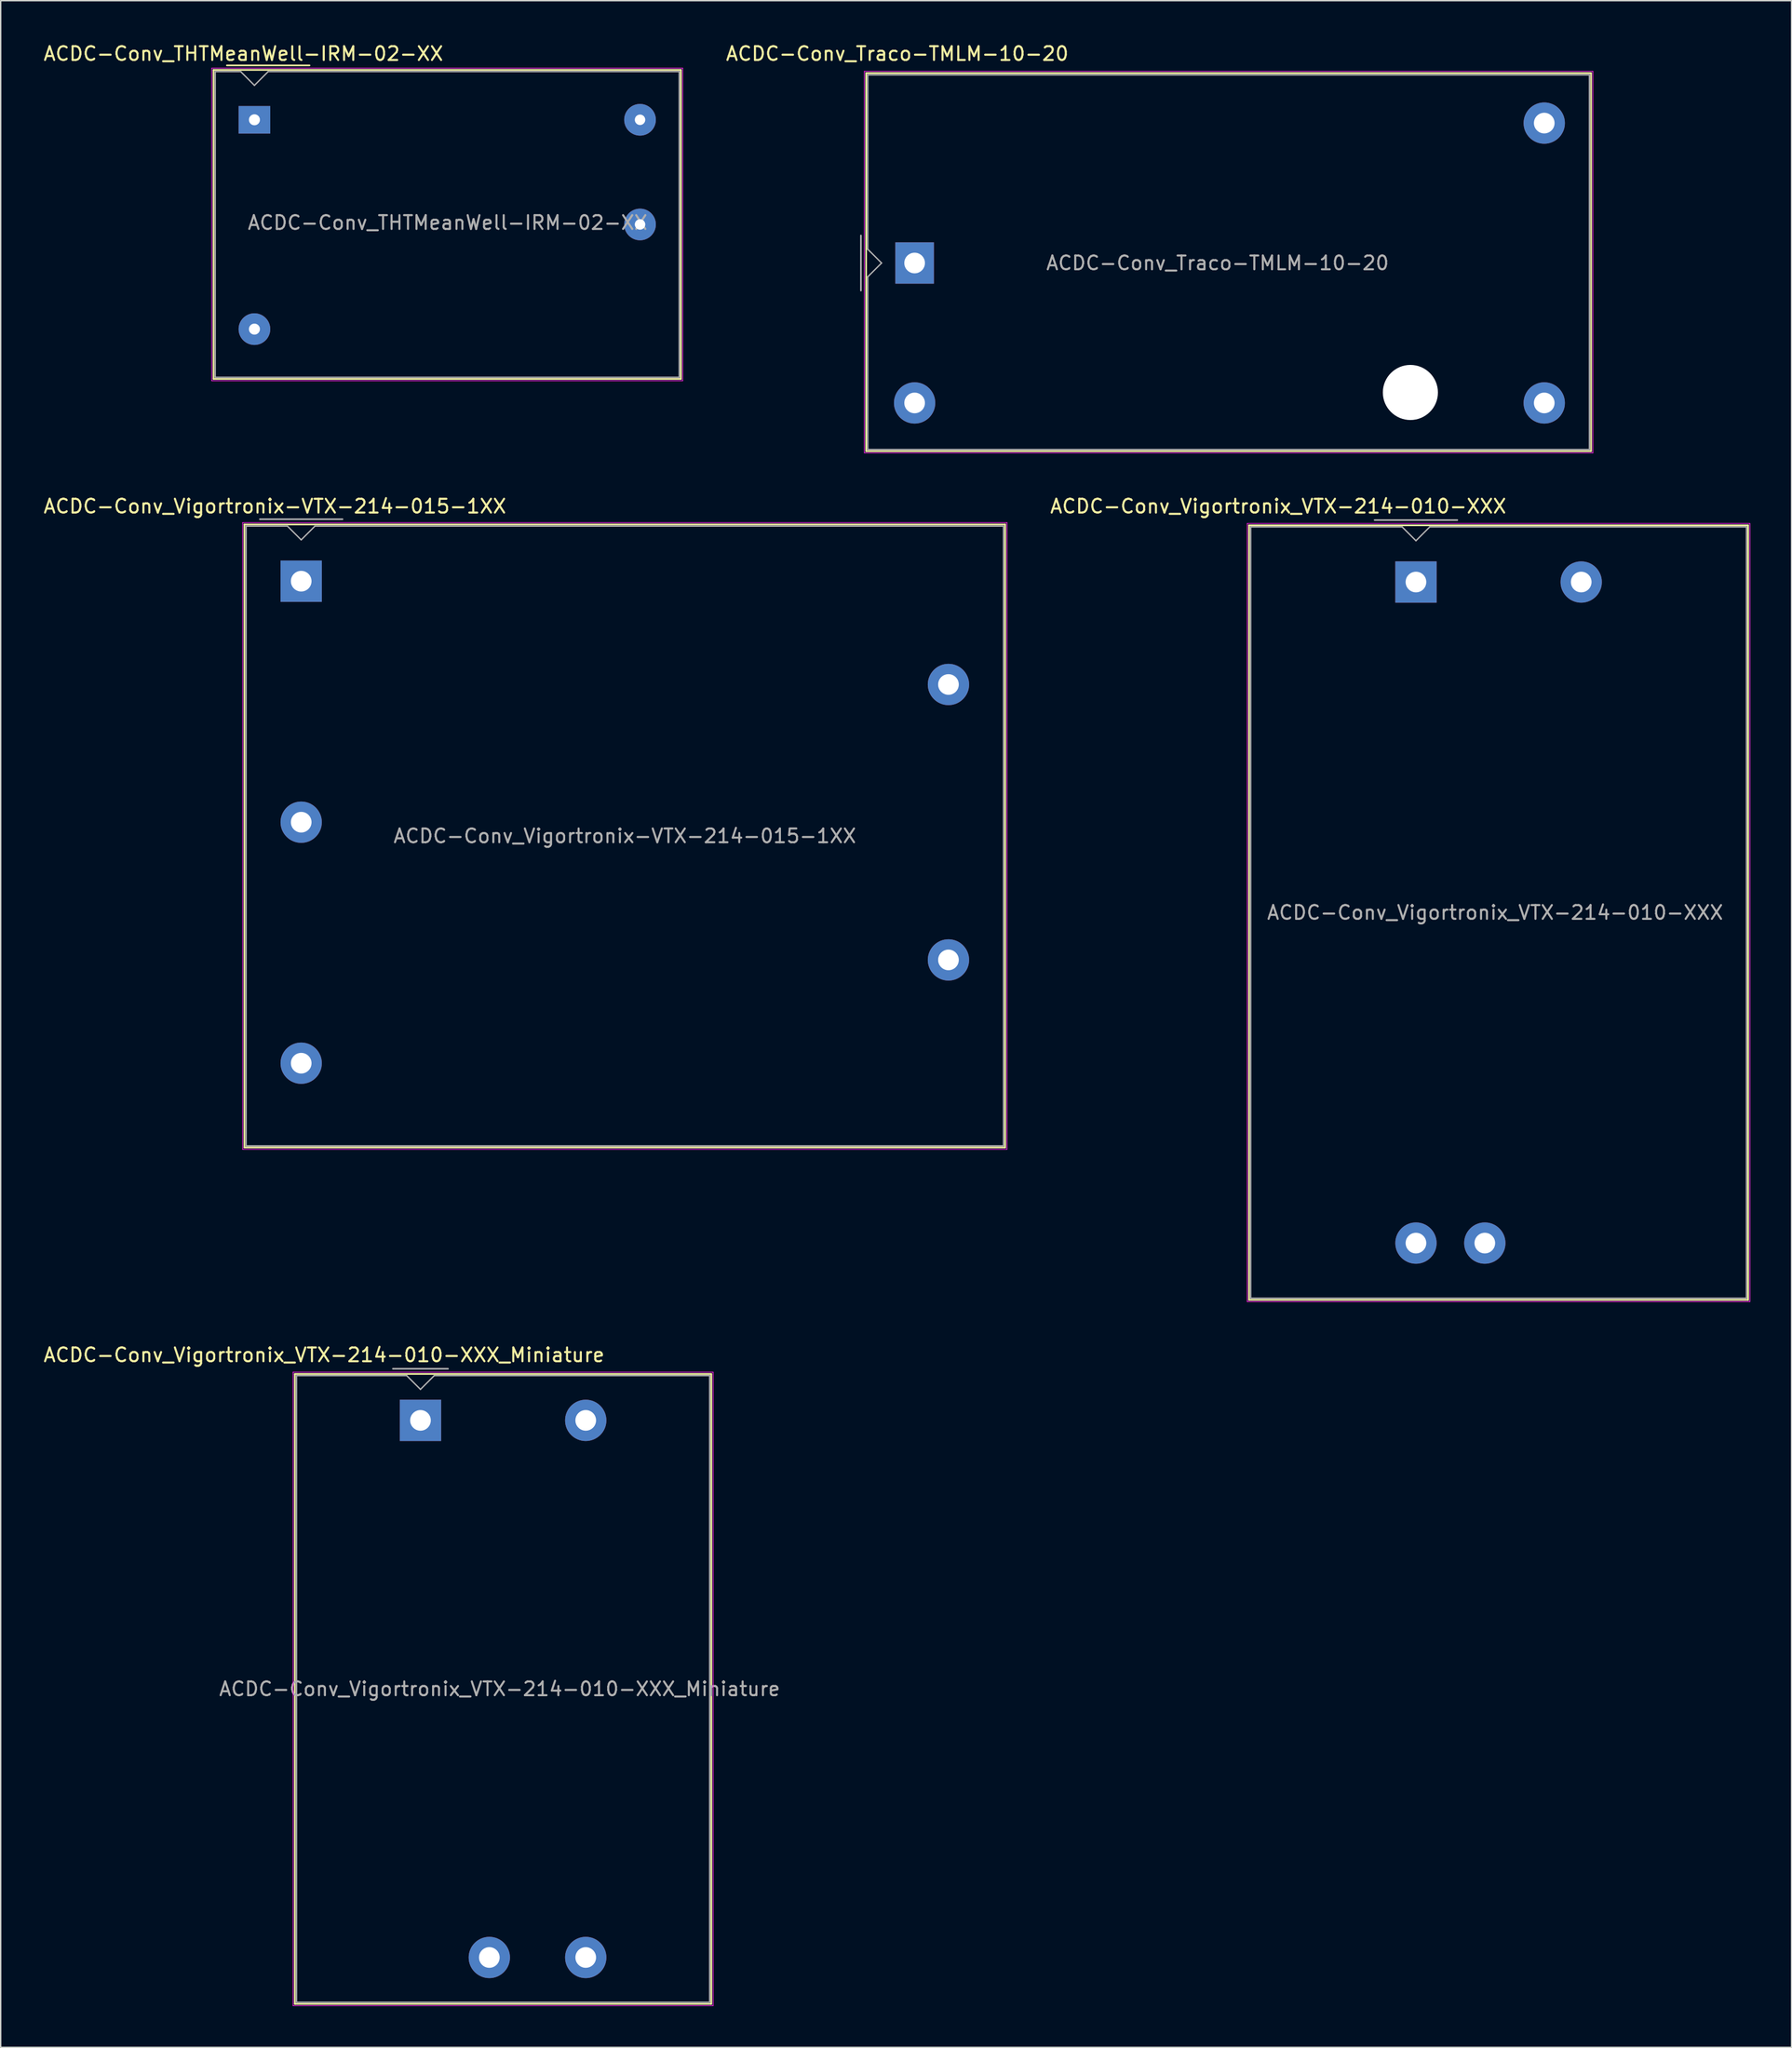
<source format=kicad_pcb>
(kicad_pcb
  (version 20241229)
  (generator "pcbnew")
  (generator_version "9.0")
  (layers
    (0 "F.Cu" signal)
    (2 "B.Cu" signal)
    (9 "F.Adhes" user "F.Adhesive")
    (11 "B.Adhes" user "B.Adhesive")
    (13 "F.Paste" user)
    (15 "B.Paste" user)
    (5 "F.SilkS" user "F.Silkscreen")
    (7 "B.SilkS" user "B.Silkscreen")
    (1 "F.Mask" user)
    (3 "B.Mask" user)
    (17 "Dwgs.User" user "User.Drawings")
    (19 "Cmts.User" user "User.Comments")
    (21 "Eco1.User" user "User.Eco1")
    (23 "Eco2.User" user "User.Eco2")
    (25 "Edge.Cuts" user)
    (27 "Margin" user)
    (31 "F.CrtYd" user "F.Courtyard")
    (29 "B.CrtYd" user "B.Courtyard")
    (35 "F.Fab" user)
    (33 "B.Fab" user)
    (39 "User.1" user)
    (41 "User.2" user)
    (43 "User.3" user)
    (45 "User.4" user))
  (footprint "ACDC-Conv_Traco-TMLM-10-20"
    (layer "F.Cu")
    (at 63.364 16.048)
    (property "Reference" "ACDC-Conv_Traco-TMLM-10-20" (at -1.26 -15.2 0) (layer "F.SilkS") (effects (font (size 1 1) (thickness 0.15))))
    (attr through_hole)
    (fp_line (start -3.52 -13.79) (end 49.12 -13.79) (stroke (width 0.12) (type solid)) (layer "F.SilkS"))
    (fp_line (start -3.52 13.66) (end -3.52 -13.79) (stroke (width 0.12) (type solid)) (layer "F.SilkS"))
    (fp_line (start 49.12 -13.79) (end 49.12 13.66) (stroke (width 0.12) (type solid)) (layer "F.SilkS"))
    (fp_line (start 49.12 13.66) (end -3.52 13.66) (stroke (width 0.12) (type solid)) (layer "F.SilkS"))
    (fp_line (start -3.65 -13.92) (end -3.65 13.79) (stroke (width 0.05) (type solid)) (layer "F.CrtYd"))
    (fp_line (start -3.65 -13.92) (end 49.25 -13.92) (stroke (width 0.05) (type solid)) (layer "F.CrtYd"))
    (fp_line (start -3.65 13.79) (end 49.25 13.79) (stroke (width 0.05) (type solid)) (layer "F.CrtYd"))
    (fp_line (start 49.25 -13.92) (end 49.25 13.79) (stroke (width 0.05) (type solid)) (layer "F.CrtYd"))
    (fp_line (start -3.9 -2) (end -3.9 2) (stroke (width 0.12) (type solid)) (layer "F.Fab"))
    (fp_line (start -3.4 -13.66) (end 49 -13.66) (stroke (width 0.1) (type solid)) (layer "F.Fab"))
    (fp_line (start -3.4 -1) (end -3.4 -13.66) (stroke (width 0.1) (type solid)) (layer "F.Fab"))
    (fp_line (start -3.4 13.54) (end -3.4 1) (stroke (width 0.1) (type solid)) (layer "F.Fab"))
    (fp_line (start -2.4 0) (end -3.4 -1) (stroke (width 0.1) (type solid)) (layer "F.Fab"))
    (fp_line (start -2.4 0) (end -3.4 1) (stroke (width 0.1) (type solid)) (layer "F.Fab"))
    (fp_line (start 49 -13.66) (end 49 13.54) (stroke (width 0.1) (type solid)) (layer "F.Fab"))
    (fp_line (start 49 13.54) (end -3.4 13.54) (stroke (width 0.1) (type solid)) (layer "F.Fab"))
    (fp_text user "${REFERENCE}" (at 22 0 0) (layer "F.Fab") (effects (font (size 1 1) (thickness 0.15))))
    (pad "" np_thru_hole circle (at 36 9.4) (size 4 4) (drill 4) (layers "*.Cu" "*.Mask"))
    (pad "1" thru_hole rect (at 0 0) (size 2.8 3) (drill 1.5) (layers "*.Cu" "*.Mask"))
    (pad "2" thru_hole circle (at 0 10.16) (size 3 3) (drill 1.5) (layers "*.Cu" "*.Mask"))
    (pad "3" thru_hole circle (at 45.72 10.16) (size 3 3) (drill 1.5) (layers "*.Cu" "*.Mask"))
    (pad "4" thru_hole circle (at 45.72 -10.16) (size 3 3) (drill 1.5) (layers "*.Cu" "*.Mask")))
  (footprint "ACDC-Conv_Vigortronix-VTX-214-015-1XX"
    (layer "F.Cu")
    (at 18.821 39.151)
    (property "Reference" "ACDC-Conv_Vigortronix-VTX-214-015-1XX" (at -1.91 -5.44 0) (layer "F.SilkS") (effects (font (size 1 1) (thickness 0.15))))
    (attr through_hole)
    (fp_line (start -4.12 -4.12) (end 51.12 -4.12) (stroke (width 0.12) (type solid)) (layer "F.SilkS"))
    (fp_line (start -4.12 41.12) (end -4.12 -4.12) (stroke (width 0.12) (type solid)) (layer "F.SilkS"))
    (fp_line (start 51.12 -4.12) (end 51.12 41.12) (stroke (width 0.12) (type solid)) (layer "F.SilkS"))
    (fp_line (start 51.12 41.12) (end -4.12 41.12) (stroke (width 0.12) (type solid)) (layer "F.SilkS"))
    (fp_line (start -4.25 -4.25) (end 51.25 -4.25) (stroke (width 0.05) (type solid)) (layer "F.CrtYd"))
    (fp_line (start -4.25 41.25) (end -4.25 -4.25) (stroke (width 0.05) (type solid)) (layer "F.CrtYd"))
    (fp_line (start 51.25 -4.25) (end 51.25 41.25) (stroke (width 0.05) (type solid)) (layer "F.CrtYd"))
    (fp_line (start 51.25 41.25) (end -4.25 41.25) (stroke (width 0.05) (type solid)) (layer "F.CrtYd"))
    (fp_line (start -4 -4) (end -1 -4) (stroke (width 0.1) (type solid)) (layer "F.Fab"))
    (fp_line (start -4 41) (end -4 -4) (stroke (width 0.1) (type solid)) (layer "F.Fab"))
    (fp_line (start -3 -4.5) (end 3 -4.5) (stroke (width 0.12) (type solid)) (layer "F.Fab"))
    (fp_line (start -1 -4) (end 0 -3) (stroke (width 0.1) (type solid)) (layer "F.Fab"))
    (fp_line (start 0 -3) (end 1 -4) (stroke (width 0.1) (type solid)) (layer "F.Fab"))
    (fp_line (start 1 -4) (end 51 -4) (stroke (width 0.1) (type solid)) (layer "F.Fab"))
    (fp_line (start 51 -4) (end 51 41) (stroke (width 0.1) (type solid)) (layer "F.Fab"))
    (fp_line (start 51 41) (end -4 41) (stroke (width 0.1) (type solid)) (layer "F.Fab"))
    (fp_text user "${REFERENCE}" (at 23.5 18.5 0) (layer "F.Fab") (effects (font (size 1 1) (thickness 0.15))))
    (pad "1" thru_hole rect (at 0 0) (size 3 3) (drill 1.5) (layers "*.Cu" "*.Mask"))
    (pad "2" thru_hole circle (at 0 17.5) (size 3 3) (drill 1.5) (layers "*.Cu" "*.Mask"))
    (pad "3" thru_hole circle (at 0 35) (size 3 3) (drill 1.5) (layers "*.Cu" "*.Mask"))
    (pad "4" thru_hole circle (at 47 27.5) (size 3 3) (drill 1.5) (layers "*.Cu" "*.Mask"))
    (pad "5" thru_hole circle (at 47 7.5) (size 3 3) (drill 1.5) (layers "*.Cu" "*.Mask")))
  (footprint "ACDC-Conv_Vigortronix_VTX-214-010-XXX_Miniature"
    (layer "F.Cu")
    (at 27.482 100.085)
    (property "Reference" "ACDC-Conv_Vigortronix_VTX-214-010-XXX_Miniature" (at -7 -4.75 0) (layer "F.SilkS") (effects (font (size 1 1) (thickness 0.15))))
    (attr through_hole)
    (fp_line (start -9.12 -3.37) (end 21.12 -3.37) (stroke (width 0.12) (type solid)) (layer "F.SilkS"))
    (fp_line (start -9.12 42.37) (end -9.12 -3.37) (stroke (width 0.12) (type solid)) (layer "F.SilkS"))
    (fp_line (start 21.12 -3.37) (end 21.12 42.37) (stroke (width 0.12) (type solid)) (layer "F.SilkS"))
    (fp_line (start 21.12 42.37) (end -9.12 42.37) (stroke (width 0.12) (type solid)) (layer "F.SilkS"))
    (fp_line (start -9.25 -3.5) (end 21.25 -3.5) (stroke (width 0.05) (type solid)) (layer "F.CrtYd"))
    (fp_line (start -9.25 42.5) (end -9.25 -3.5) (stroke (width 0.05) (type solid)) (layer "F.CrtYd"))
    (fp_line (start 21.25 -3.5) (end 21.25 42.5) (stroke (width 0.05) (type solid)) (layer "F.CrtYd"))
    (fp_line (start 21.25 42.5) (end -9.25 42.5) (stroke (width 0.05) (type solid)) (layer "F.CrtYd"))
    (fp_line (start -9 -3.25) (end -1 -3.25) (stroke (width 0.1) (type solid)) (layer "F.Fab"))
    (fp_line (start -9 42.25) (end -9 -3.25) (stroke (width 0.1) (type solid)) (layer "F.Fab"))
    (fp_line (start -2 -3.75) (end 2 -3.75) (stroke (width 0.12) (type solid)) (layer "F.Fab"))
    (fp_line (start -1 -3.25) (end 0 -2.25) (stroke (width 0.1) (type solid)) (layer "F.Fab"))
    (fp_line (start 0 -2.25) (end 1 -3.25) (stroke (width 0.1) (type solid)) (layer "F.Fab"))
    (fp_line (start 1 -3.25) (end 21 -3.25) (stroke (width 0.1) (type solid)) (layer "F.Fab"))
    (fp_line (start 21 -3.25) (end 21 42.25) (stroke (width 0.1) (type solid)) (layer "F.Fab"))
    (fp_line (start 21 42.25) (end -9 42.25) (stroke (width 0.1) (type solid)) (layer "F.Fab"))
    (fp_text user "${REFERENCE}" (at 5.75 19.5 0) (layer "F.Fab") (effects (font (size 1 1) (thickness 0.15))))
    (pad "1" thru_hole rect (at 0 0) (size 3 3) (drill 1.5) (layers "*.Cu" "*.Mask"))
    (pad "2" thru_hole circle (at 12 0) (size 3 3) (drill 1.5) (layers "*.Cu" "*.Mask"))
    (pad "3" thru_hole circle (at 12 39) (size 3 3) (drill 1.5) (layers "*.Cu" "*.Mask"))
    (pad "4" thru_hole circle (at 5 39) (size 3 3) (drill 1.5) (layers "*.Cu" "*.Mask")))
  (footprint "ACDC-Conv_THTMeanWell-IRM-02-XX"
    (layer "F.Cu")
    (at 15.425 5.648)
    (property "Reference" "ACDC-Conv_THTMeanWell-IRM-02-XX" (at -0.8 -4.8 0) (layer "F.SilkS") (effects (font (size 1 1) (thickness 0.15))))
    (attr through_hole)
    (fp_line (start -2.97 -3.62) (end 30.97 -3.62) (stroke (width 0.12) (type solid)) (layer "F.SilkS"))
    (fp_line (start -2.97 18.82) (end -2.97 -3.62) (stroke (width 0.12) (type solid)) (layer "F.SilkS"))
    (fp_line (start -2.97 18.82) (end 30.97 18.82) (stroke (width 0.12) (type solid)) (layer "F.SilkS"))
    (fp_line (start -2 -3.95) (end 4 -3.95) (stroke (width 0.12) (type solid)) (layer "F.SilkS"))
    (fp_line (start 30.97 -3.62) (end 30.97 18.82) (stroke (width 0.12) (type solid)) (layer "F.SilkS"))
    (fp_line (start -3.1 -3.75) (end 31.1 -3.75) (stroke (width 0.05) (type solid)) (layer "F.CrtYd"))
    (fp_line (start -3.1 18.95) (end -3.1 -3.75) (stroke (width 0.05) (type solid)) (layer "F.CrtYd"))
    (fp_line (start -3.1 18.95) (end 31.1 18.95) (stroke (width 0.05) (type solid)) (layer "F.CrtYd"))
    (fp_line (start 31.1 18.95) (end 31.1 -3.75) (stroke (width 0.05) (type solid)) (layer "F.CrtYd"))
    (fp_line (start -2.85 18.7) (end -2.85 -3.5) (stroke (width 0.1) (type solid)) (layer "F.Fab"))
    (fp_line (start -2.85 18.7) (end 30.85 18.7) (stroke (width 0.1) (type solid)) (layer "F.Fab"))
    (fp_line (start -1 -3.5) (end -2.85 -3.5) (stroke (width 0.1) (type solid)) (layer "F.Fab"))
    (fp_line (start 0 -2.5) (end -1 -3.5) (stroke (width 0.1) (type solid)) (layer "F.Fab"))
    (fp_line (start 1 -3.5) (end 0 -2.5) (stroke (width 0.1) (type solid)) (layer "F.Fab"))
    (fp_line (start 1 -3.5) (end 30.85 -3.5) (stroke (width 0.1) (type solid)) (layer "F.Fab"))
    (fp_line (start 30.85 18.7) (end 30.85 -3.5) (stroke (width 0.1) (type solid)) (layer "F.Fab"))
    (fp_text user "${REFERENCE}" (at 14.03 7.47 0) (layer "F.Fab") (effects (font (size 1 1) (thickness 0.15))))
    (pad "1" thru_hole rect (at 0 0) (size 2.3 2) (drill 0.8) (layers "*.Cu" "*.Mask"))
    (pad "2" thru_hole circle (at 0 15.2) (size 2.3 2.3) (drill 0.8) (layers "*.Cu" "*.Mask"))
    (pad "3" thru_hole circle (at 28 0) (size 2.3 2.3) (drill 0.76) (layers "*.Cu" "*.Mask"))
    (pad "4" thru_hole circle (at 28 7.6) (size 2.3 2.3) (drill 0.76) (layers "*.Cu" "*.Mask")))
  (footprint "ACDC-Conv_Vigortronix_VTX-214-010-XXX"
    (layer "F.Cu")
    (at 99.768 39.212)
    (property "Reference" "ACDC-Conv_Vigortronix_VTX-214-010-XXX" (at -10 -5.5 0) (layer "F.SilkS") (effects (font (size 1 1) (thickness 0.15))))
    (attr through_hole)
    (fp_line (start -12.12 -4.12) (end 24.12 -4.12) (stroke (width 0.12) (type solid)) (layer "F.SilkS"))
    (fp_line (start -12.12 52.12) (end -12.12 -4.12) (stroke (width 0.12) (type solid)) (layer "F.SilkS"))
    (fp_line (start 24.12 -4.12) (end 24.12 52.12) (stroke (width 0.12) (type solid)) (layer "F.SilkS"))
    (fp_line (start 24.12 52.12) (end -12.12 52.12) (stroke (width 0.12) (type solid)) (layer "F.SilkS"))
    (fp_line (start -12.25 -4.25) (end 24.25 -4.25) (stroke (width 0.05) (type solid)) (layer "F.CrtYd"))
    (fp_line (start -12.25 52.25) (end -12.25 -4.25) (stroke (width 0.05) (type solid)) (layer "F.CrtYd"))
    (fp_line (start 24.25 -4.25) (end 24.25 52.25) (stroke (width 0.05) (type solid)) (layer "F.CrtYd"))
    (fp_line (start 24.25 52.25) (end -12.25 52.25) (stroke (width 0.05) (type solid)) (layer "F.CrtYd"))
    (fp_line (start -12 -4) (end -1 -4) (stroke (width 0.1) (type solid)) (layer "F.Fab"))
    (fp_line (start -12 52) (end -12 -4) (stroke (width 0.1) (type solid)) (layer "F.Fab"))
    (fp_line (start -3 -4.5) (end 3 -4.5) (stroke (width 0.12) (type solid)) (layer "F.Fab"))
    (fp_line (start -1 -4) (end 0 -3) (stroke (width 0.1) (type solid)) (layer "F.Fab"))
    (fp_line (start 0 -3) (end 1 -4) (stroke (width 0.1) (type solid)) (layer "F.Fab"))
    (fp_line (start 1 -4) (end 24 -4) (stroke (width 0.1) (type solid)) (layer "F.Fab"))
    (fp_line (start 24 -4) (end 24 52) (stroke (width 0.1) (type solid)) (layer "F.Fab"))
    (fp_line (start 24 52) (end -12 52) (stroke (width 0.1) (type solid)) (layer "F.Fab"))
    (fp_text user "${REFERENCE}" (at 5.75 24 0) (layer "F.Fab") (effects (font (size 1 1) (thickness 0.15))))
    (pad "1" thru_hole rect (at 0 0) (size 3 3) (drill 1.5) (layers "*.Cu" "*.Mask"))
    (pad "2" thru_hole circle (at 12 0) (size 3 3) (drill 1.5) (layers "*.Cu" "*.Mask"))
    (pad "3" thru_hole circle (at 0 48) (size 3 3) (drill 1.5) (layers "*.Cu" "*.Mask"))
    (pad "4" thru_hole circle (at 5 48) (size 3 3) (drill 1.5) (layers "*.Cu" "*.Mask")))
  (gr_rect
    (start -3 -3)
    (end 127.043 145.61)
    (stroke (width 0.1) (type default))
    (fill no)
    (layer "Edge.Cuts")))
</source>
